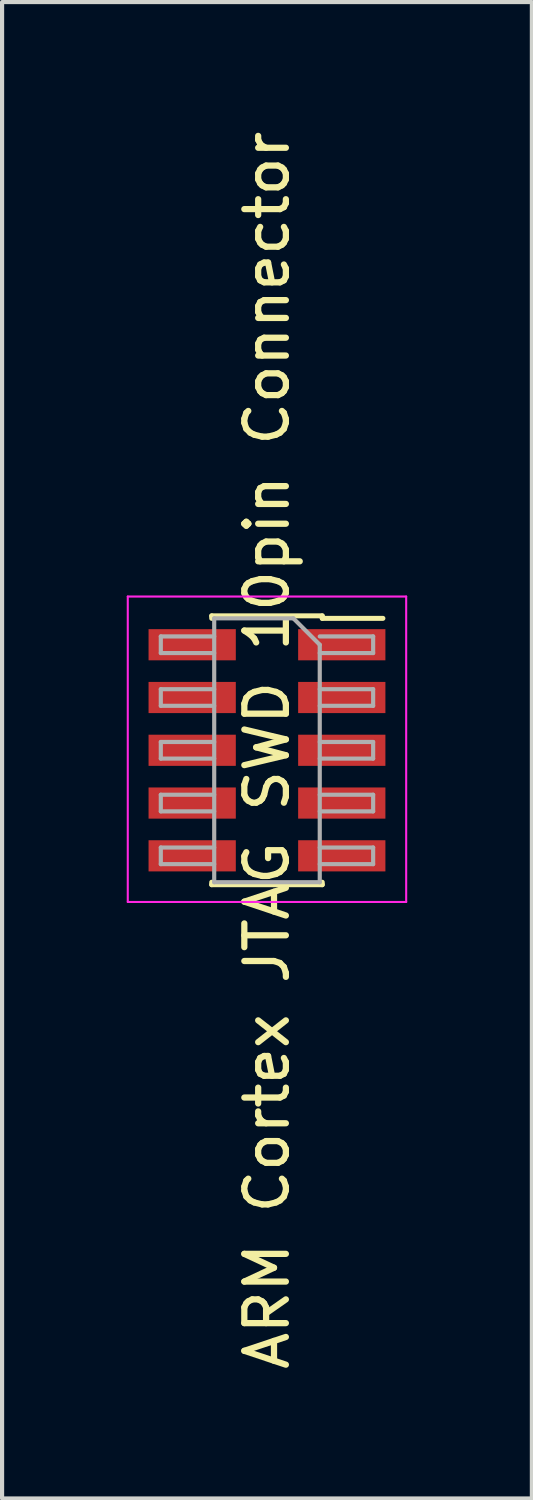
<source format=kicad_pcb>
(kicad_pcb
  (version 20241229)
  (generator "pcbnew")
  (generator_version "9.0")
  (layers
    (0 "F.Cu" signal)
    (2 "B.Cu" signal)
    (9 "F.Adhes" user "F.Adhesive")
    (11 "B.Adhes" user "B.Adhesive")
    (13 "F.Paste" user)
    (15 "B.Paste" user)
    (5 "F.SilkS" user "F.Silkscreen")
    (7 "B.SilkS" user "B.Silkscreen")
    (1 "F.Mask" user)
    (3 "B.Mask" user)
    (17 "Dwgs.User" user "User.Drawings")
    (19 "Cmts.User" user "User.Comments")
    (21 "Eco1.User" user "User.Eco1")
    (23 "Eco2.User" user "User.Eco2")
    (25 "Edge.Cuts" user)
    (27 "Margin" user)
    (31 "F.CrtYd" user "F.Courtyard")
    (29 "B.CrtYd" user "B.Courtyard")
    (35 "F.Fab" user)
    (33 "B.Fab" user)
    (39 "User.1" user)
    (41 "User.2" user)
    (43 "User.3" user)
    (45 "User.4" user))
  (footprint "ARM Cortex JTAG SWD 10pin Connector"
    (layer "F.Cu")
    (at 3.375 15.006)
    (property "Reference" "ARM Cortex JTAG SWD 10pin Connector" (at 0 0 90) (layer "F.SilkS") (effects (font (size 1 1) (thickness 0.15))))
    (attr through_hole)
    (fp_line (start -1.33 -3.235) (end -1.33 -3.175) (stroke (width 0.12) (type solid)) (layer "F.SilkS"))
    (fp_line (start -1.33 -3.235) (end 1.33 -3.235) (stroke (width 0.12) (type solid)) (layer "F.SilkS"))
    (fp_line (start -1.33 3.175) (end -1.33 3.235) (stroke (width 0.12) (type solid)) (layer "F.SilkS"))
    (fp_line (start -1.33 3.235) (end 1.33 3.235) (stroke (width 0.12) (type solid)) (layer "F.SilkS"))
    (fp_line (start 1.33 -3.235) (end 1.33 -3.175) (stroke (width 0.12) (type solid)) (layer "F.SilkS"))
    (fp_line (start 1.33 -3.175) (end 2.79 -3.175) (stroke (width 0.12) (type solid)) (layer "F.SilkS"))
    (fp_line (start 1.33 3.175) (end 1.33 3.235) (stroke (width 0.12) (type solid)) (layer "F.SilkS"))
    (fp_line (start -3.35 -3.7) (end 3.35 -3.7) (stroke (width 0.05) (type solid)) (layer "F.CrtYd"))
    (fp_line (start -3.35 3.65) (end -3.35 -3.7) (stroke (width 0.05) (type solid)) (layer "F.CrtYd"))
    (fp_line (start 3.35 -3.7) (end 3.35 3.65) (stroke (width 0.05) (type solid)) (layer "F.CrtYd"))
    (fp_line (start 3.35 3.65) (end -3.35 3.65) (stroke (width 0.05) (type solid)) (layer "F.CrtYd"))
    (fp_line (start -2.555 -2.74) (end -1.27 -2.74) (stroke (width 0.1) (type solid)) (layer "F.Fab"))
    (fp_line (start -2.555 -2.34) (end -2.555 -2.74) (stroke (width 0.1) (type solid)) (layer "F.Fab"))
    (fp_line (start -2.555 -1.47) (end -1.27 -1.47) (stroke (width 0.1) (type solid)) (layer "F.Fab"))
    (fp_line (start -2.555 -1.07) (end -2.555 -1.47) (stroke (width 0.1) (type solid)) (layer "F.Fab"))
    (fp_line (start -2.555 -0.2) (end -1.27 -0.2) (stroke (width 0.1) (type solid)) (layer "F.Fab"))
    (fp_line (start -2.555 0.2) (end -2.555 -0.2) (stroke (width 0.1) (type solid)) (layer "F.Fab"))
    (fp_line (start -2.555 1.07) (end -1.27 1.07) (stroke (width 0.1) (type solid)) (layer "F.Fab"))
    (fp_line (start -2.555 1.47) (end -2.555 1.07) (stroke (width 0.1) (type solid)) (layer "F.Fab"))
    (fp_line (start -2.555 2.34) (end -1.27 2.34) (stroke (width 0.1) (type solid)) (layer "F.Fab"))
    (fp_line (start -2.555 2.74) (end -2.555 2.34) (stroke (width 0.1) (type solid)) (layer "F.Fab"))
    (fp_line (start -1.27 -3.175) (end 0.635 -3.175) (stroke (width 0.1) (type solid)) (layer "F.Fab"))
    (fp_line (start -1.27 -2.34) (end -2.555 -2.34) (stroke (width 0.1) (type solid)) (layer "F.Fab"))
    (fp_line (start -1.27 -1.07) (end -2.555 -1.07) (stroke (width 0.1) (type solid)) (layer "F.Fab"))
    (fp_line (start -1.27 0.2) (end -2.555 0.2) (stroke (width 0.1) (type solid)) (layer "F.Fab"))
    (fp_line (start -1.27 1.47) (end -2.555 1.47) (stroke (width 0.1) (type solid)) (layer "F.Fab"))
    (fp_line (start -1.27 2.74) (end -2.555 2.74) (stroke (width 0.1) (type solid)) (layer "F.Fab"))
    (fp_line (start -1.27 3.175) (end -1.27 -3.175) (stroke (width 0.1) (type solid)) (layer "F.Fab"))
    (fp_line (start 0.635 -3.175) (end 1.27 -2.54) (stroke (width 0.1) (type solid)) (layer "F.Fab"))
    (fp_line (start 1.27 -2.74) (end 2.555 -2.74) (stroke (width 0.1) (type solid)) (layer "F.Fab"))
    (fp_line (start 1.27 -2.54) (end 1.27 3.175) (stroke (width 0.1) (type solid)) (layer "F.Fab"))
    (fp_line (start 1.27 -1.47) (end 2.555 -1.47) (stroke (width 0.1) (type solid)) (layer "F.Fab"))
    (fp_line (start 1.27 -0.2) (end 2.555 -0.2) (stroke (width 0.1) (type solid)) (layer "F.Fab"))
    (fp_line (start 1.27 1.07) (end 2.555 1.07) (stroke (width 0.1) (type solid)) (layer "F.Fab"))
    (fp_line (start 1.27 2.34) (end 2.555 2.34) (stroke (width 0.1) (type solid)) (layer "F.Fab"))
    (fp_line (start 1.27 3.175) (end -1.27 3.175) (stroke (width 0.1) (type solid)) (layer "F.Fab"))
    (fp_line (start 2.555 -2.74) (end 2.555 -2.34) (stroke (width 0.1) (type solid)) (layer "F.Fab"))
    (fp_line (start 2.555 -2.34) (end 1.27 -2.34) (stroke (width 0.1) (type solid)) (layer "F.Fab"))
    (fp_line (start 2.555 -1.47) (end 2.555 -1.07) (stroke (width 0.1) (type solid)) (layer "F.Fab"))
    (fp_line (start 2.555 -1.07) (end 1.27 -1.07) (stroke (width 0.1) (type solid)) (layer "F.Fab"))
    (fp_line (start 2.555 -0.2) (end 2.555 0.2) (stroke (width 0.1) (type solid)) (layer "F.Fab"))
    (fp_line (start 2.555 0.2) (end 1.27 0.2) (stroke (width 0.1) (type solid)) (layer "F.Fab"))
    (fp_line (start 2.555 1.07) (end 2.555 1.47) (stroke (width 0.1) (type solid)) (layer "F.Fab"))
    (fp_line (start 2.555 1.47) (end 1.27 1.47) (stroke (width 0.1) (type solid)) (layer "F.Fab"))
    (fp_line (start 2.555 2.34) (end 2.555 2.74) (stroke (width 0.1) (type solid)) (layer "F.Fab"))
    (fp_line (start 2.555 2.74) (end 1.27 2.74) (stroke (width 0.1) (type solid)) (layer "F.Fab"))
    (pad "1" smd rect (at 1.8 -2.54) (size 2.1 0.75) (layers "F.Cu" "F.Mask" "F.Paste"))
    (pad "2" smd rect (at -1.8 -2.54) (size 2.1 0.75) (layers "F.Cu" "F.Mask" "F.Paste"))
    (pad "3" smd rect (at 1.8 -1.27) (size 2.1 0.75) (layers "F.Cu" "F.Mask" "F.Paste"))
    (pad "4" smd rect (at -1.8 -1.27) (size 2.1 0.75) (layers "F.Cu" "F.Mask" "F.Paste"))
    (pad "5" smd rect (at 1.8 0) (size 2.1 0.75) (layers "F.Cu" "F.Mask" "F.Paste"))
    (pad "6" smd rect (at -1.8 0) (size 2.1 0.75) (layers "F.Cu" "F.Mask" "F.Paste"))
    (pad "7" smd rect (at 1.8 1.27) (size 2.1 0.75) (layers "F.Cu" "F.Mask" "F.Paste"))
    (pad "8" smd rect (at -1.8 1.27) (size 2.1 0.75) (layers "F.Cu" "F.Mask" "F.Paste"))
    (pad "9" smd rect (at 1.8 2.54) (size 2.1 0.75) (layers "F.Cu" "F.Mask" "F.Paste"))
    (pad "10" smd rect (at -1.8 2.54) (size 2.1 0.75) (layers "F.Cu" "F.Mask" "F.Paste")))
  (gr_rect
    (start -3 -3)
    (end 9.75 33.012)
    (stroke (width 0.1) (type default))
    (fill no)
    (layer "Edge.Cuts")))
</source>
